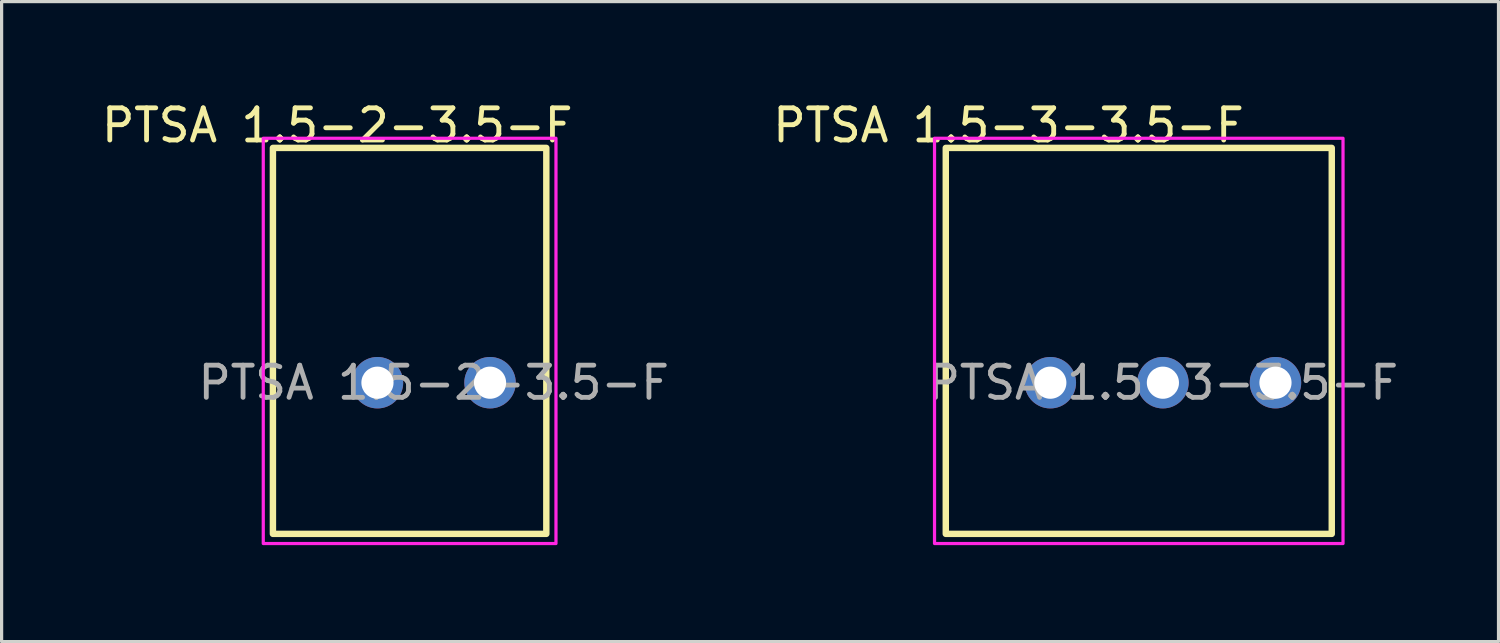
<source format=kicad_pcb>
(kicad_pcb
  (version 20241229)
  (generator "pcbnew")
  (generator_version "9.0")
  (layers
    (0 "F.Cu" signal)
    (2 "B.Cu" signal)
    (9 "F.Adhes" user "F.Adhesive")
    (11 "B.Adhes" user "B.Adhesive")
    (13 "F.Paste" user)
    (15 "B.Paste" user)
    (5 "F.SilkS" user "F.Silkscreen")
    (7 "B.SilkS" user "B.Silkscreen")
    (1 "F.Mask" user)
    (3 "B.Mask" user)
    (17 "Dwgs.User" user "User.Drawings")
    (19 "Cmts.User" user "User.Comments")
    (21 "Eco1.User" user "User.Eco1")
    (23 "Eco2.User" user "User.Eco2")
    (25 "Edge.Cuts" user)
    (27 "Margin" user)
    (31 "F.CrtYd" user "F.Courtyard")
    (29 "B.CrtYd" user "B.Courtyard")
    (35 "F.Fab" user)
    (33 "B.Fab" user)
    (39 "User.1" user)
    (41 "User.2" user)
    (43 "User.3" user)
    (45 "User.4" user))
  (footprint "PTSA 1.5-3-3.5-F"
    (layer "F.Cu")
    (at 33.104 8.848)
    (property "Reference" "PTSA 1.5-3-3.5-F" (at -4.8 -8 0) (unlocked yes) (layer "F.SilkS") (effects (font (size 1 1) (thickness 0.15))))
    (attr smd)
    (fp_rect (start -6.75 -7.3) (end 5.25 4.7) (stroke (width 0.2) (type solid)) (fill no) (layer "F.SilkS"))
    (fp_rect (start -7.1 -7.6) (end 5.6 5) (stroke (width 0.1) (type solid)) (fill no) (layer "F.CrtYd"))
    (fp_text user "${REFERENCE}" (at 0 0 0) (unlocked yes) (layer "F.Fab") (effects (font (size 1 1) (thickness 0.15))))
    (pad "1" thru_hole circle (at -3.5 0) (size 1.6 1.6) (drill 1) (layers "*.Cu" "*.Mask"))
    (pad "2" thru_hole circle (at 0 0) (size 1.6 1.6) (drill 1) (layers "*.Cu" "*.Mask"))
    (pad "3" thru_hole circle (at 3.5 0) (size 1.6 1.6) (drill 1) (layers "*.Cu" "*.Mask")))
  (footprint "PTSA 1.5-2-3.5-F"
    (layer "F.Cu")
    (at 10.435 8.848)
    (property "Reference" "PTSA 1.5-2-3.5-F" (at -3 -8 0) (unlocked yes) (layer "F.SilkS") (effects (font (size 1 1) (thickness 0.15))))
    (attr smd)
    (fp_rect (start -5 -7.3) (end 3.5 4.7) (stroke (width 0.2) (type solid)) (fill no) (layer "F.SilkS"))
    (fp_rect (start -5.3 -7.6) (end 3.8 5) (stroke (width 0.1) (type solid)) (fill no) (layer "F.CrtYd"))
    (fp_text user "${REFERENCE}" (at 0 0 0) (unlocked yes) (layer "F.Fab") (effects (font (size 1 1) (thickness 0.15))))
    (pad "1" thru_hole circle (at -1.75 0) (size 1.6 1.6) (drill 1) (layers "*.Cu" "*.Mask"))
    (pad "2" thru_hole circle (at 1.75 0) (size 1.6 1.6) (drill 1) (layers "*.Cu" "*.Mask")))
  (gr_rect
    (start -3 -3)
    (end 43.538 16.898)
    (stroke (width 0.1) (type default))
    (fill no)
    (layer "Edge.Cuts")))
</source>
